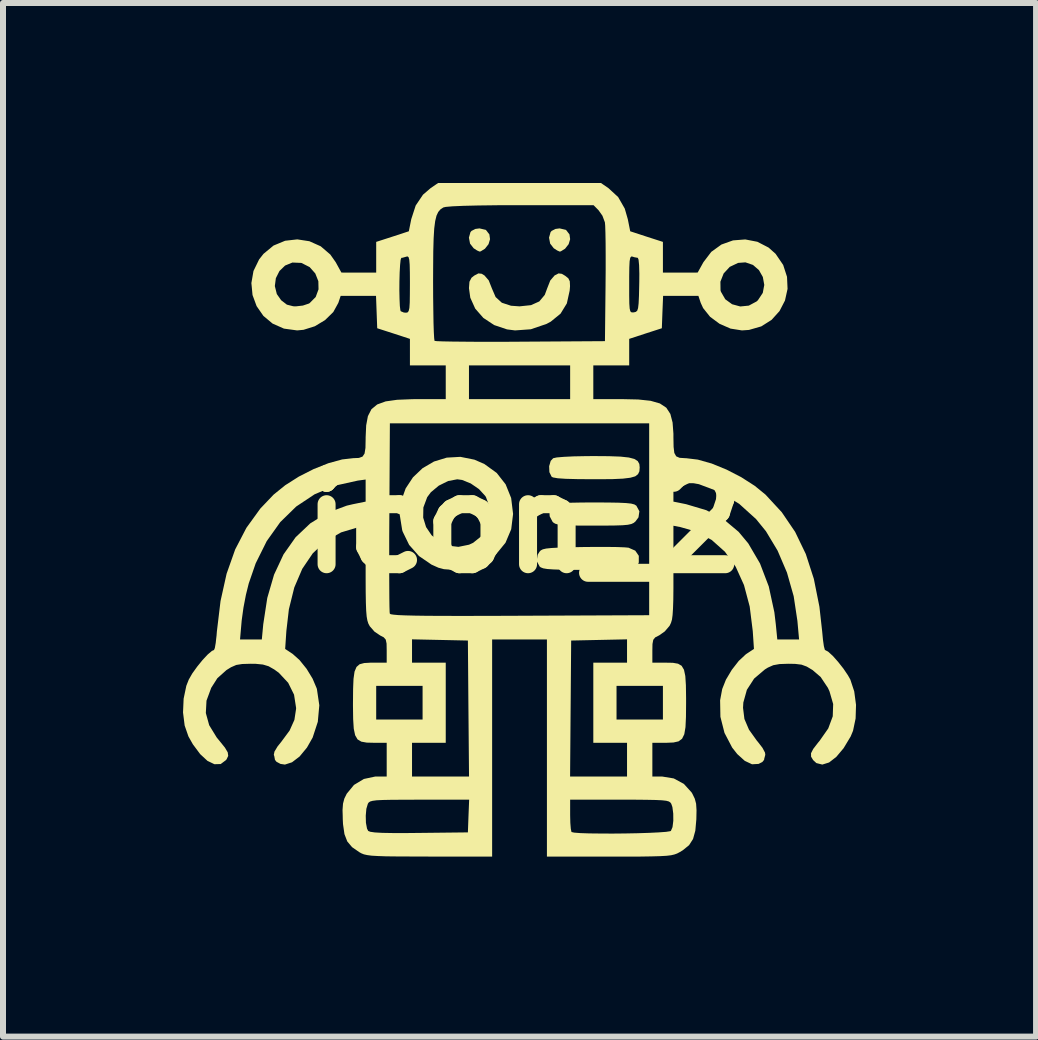
<source format=kicad_pcb>
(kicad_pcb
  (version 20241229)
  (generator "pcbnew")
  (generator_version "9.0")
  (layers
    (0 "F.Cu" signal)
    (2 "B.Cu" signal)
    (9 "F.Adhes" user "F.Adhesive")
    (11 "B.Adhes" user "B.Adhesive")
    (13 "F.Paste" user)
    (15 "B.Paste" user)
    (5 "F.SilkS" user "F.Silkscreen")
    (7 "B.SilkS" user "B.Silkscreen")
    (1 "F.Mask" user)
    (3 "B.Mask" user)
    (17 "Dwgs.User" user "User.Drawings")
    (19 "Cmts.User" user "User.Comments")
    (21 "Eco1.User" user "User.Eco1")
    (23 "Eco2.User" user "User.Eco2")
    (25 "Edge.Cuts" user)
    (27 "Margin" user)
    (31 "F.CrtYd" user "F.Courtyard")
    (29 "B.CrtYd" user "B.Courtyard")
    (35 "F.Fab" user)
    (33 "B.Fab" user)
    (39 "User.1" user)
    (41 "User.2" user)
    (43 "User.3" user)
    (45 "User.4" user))
  (footprint "icon_2"
    (layer "F.Cu")
    (at 5.678 5.674)
    (property "Reference" "icon_2" (at 0 0 0) (layer "F.SilkS") (effects (font (size 1.5 1.5) (thickness 0.3))))
    (attr board_only exclude_from_pos_files exclude_from_bom)
    (fp_poly (pts (xy -0.631 -4.893) (xy -0.573 -4.818) (xy -0.562 -4.738) (xy -0.587 -4.655) (xy -0.647 -4.579) (xy -0.718 -4.535) (xy -0.738 -4.532) (xy -0.778 -4.55) (xy -0.835 -4.587) (xy -0.895 -4.664) (xy -0.914 -4.764) (xy -0.888 -4.856) (xy -0.871 -4.876) (xy -0.806 -4.909) (xy -0.738 -4.918)) (stroke (width 0) (type solid)) (fill yes) (layer "F.SilkS"))
    (fp_poly (pts (xy 0.704 -4.893) (xy 0.762 -4.818) (xy 0.773 -4.738) (xy 0.748 -4.655) (xy 0.688 -4.579) (xy 0.617 -4.535) (xy 0.597 -4.532) (xy 0.557 -4.55) (xy 0.5 -4.587) (xy 0.44 -4.664) (xy 0.421 -4.764) (xy 0.447 -4.856) (xy 0.464 -4.876) (xy 0.529 -4.909) (xy 0.597 -4.918)) (stroke (width 0) (type solid)) (fill yes) (layer "F.SilkS"))
    (fp_poly (pts (xy 1.385 0.39) (xy 1.555 0.392) (xy 1.681 0.397) (xy 1.746 0.403) (xy 1.858 0.452) (xy 1.917 0.538) (xy 1.917 0.648) (xy 1.903 0.685) (xy 1.863 0.773) (xy 1.092 0.773) (xy 0.834 0.772) (xy 0.637 0.77) (xy 0.492 0.765) (xy 0.391 0.758) (xy 0.325 0.747) (xy 0.284 0.731) (xy 0.266 0.718) (xy 0.215 0.625) (xy 0.232 0.52) (xy 0.261 0.472) (xy 0.283 0.448) (xy 0.318 0.43) (xy 0.374 0.417) (xy 0.462 0.408) (xy 0.592 0.401) (xy 0.774 0.396) (xy 0.969 0.392) (xy 1.185 0.39)) (stroke (width 0) (type solid)) (fill yes) (layer "F.SilkS"))
    (fp_poly (pts (xy 1.421 -1.122) (xy 1.612 -1.115) (xy 1.751 -1.1) (xy 1.843 -1.076) (xy 1.899 -1.041) (xy 1.926 -0.992) (xy 1.932 -0.934) (xy 1.927 -0.87) (xy 1.904 -0.822) (xy 1.857 -0.786) (xy 1.776 -0.763) (xy 1.653 -0.748) (xy 1.479 -0.74) (xy 1.246 -0.738) (xy 1.155 -0.738) (xy 0.895 -0.74) (xy 0.7 -0.745) (xy 0.566 -0.754) (xy 0.487 -0.768) (xy 0.464 -0.78) (xy 0.427 -0.856) (xy 0.423 -0.955) (xy 0.449 -1.044) (xy 0.49 -1.088) (xy 0.549 -1.101) (xy 0.667 -1.111) (xy 0.833 -1.119) (xy 1.036 -1.123) (xy 1.167 -1.124)) (stroke (width 0) (type solid)) (fill yes) (layer "F.SilkS"))
    (fp_poly (pts (xy 1.401 -0.35) (xy 1.579 -0.347) (xy 1.705 -0.341) (xy 1.79 -0.332) (xy 1.843 -0.318) (xy 1.875 -0.298) (xy 1.877 -0.296) (xy 1.927 -0.204) (xy 1.912 -0.103) (xy 1.862 -0.035) (xy 1.832 -0.01) (xy 1.793 0.008) (xy 1.734 0.021) (xy 1.645 0.029) (xy 1.515 0.033) (xy 1.333 0.035) (xy 1.165 0.035) (xy 0.938 0.035) (xy 0.771 0.032) (xy 0.653 0.027) (xy 0.574 0.017) (xy 0.524 0.003) (xy 0.492 -0.017) (xy 0.48 -0.029) (xy 0.432 -0.12) (xy 0.426 -0.223) (xy 0.461 -0.306) (xy 0.464 -0.309) (xy 0.507 -0.326) (xy 0.603 -0.338) (xy 0.756 -0.346) (xy 0.971 -0.35) (xy 1.164 -0.351)) (stroke (width 0) (type solid)) (fill yes) (layer "F.SilkS"))
    (fp_poly (pts (xy 0.634 -4.161) (xy 0.689 -4.129) (xy 0.742 -4.087) (xy 0.767 -4.037) (xy 0.771 -3.955) (xy 0.765 -3.881) (xy 0.718 -3.668) (xy 0.613 -3.497) (xy 0.45 -3.364) (xy 0.379 -3.326) (xy 0.118 -3.237) (xy -0.145 -3.218) (xy -0.279 -3.235) (xy -0.493 -3.307) (xy -0.673 -3.426) (xy -0.809 -3.581) (xy -0.891 -3.763) (xy -0.913 -3.922) (xy -0.905 -4.029) (xy -0.871 -4.095) (xy -0.826 -4.131) (xy -0.756 -4.168) (xy -0.701 -4.162) (xy -0.655 -4.134) (xy -0.584 -4.052) (xy -0.532 -3.921) (xy -0.531 -3.918) (xy -0.469 -3.774) (xy -0.365 -3.679) (xy -0.212 -3.629) (xy -0.07 -3.619) (xy 0.121 -3.639) (xy 0.259 -3.701) (xy 0.35 -3.81) (xy 0.39 -3.918) (xy 0.442 -4.05) (xy 0.513 -4.133) (xy 0.514 -4.134) (xy 0.58 -4.168)) (stroke (width 0) (type solid)) (fill yes) (layer "F.SilkS"))
    (fp_poly (pts (xy -0.822 -1.064) (xy -0.657 -0.992) (xy -0.451 -0.843) (xy -0.302 -0.653) (xy -0.21 -0.425) (xy -0.178 -0.161) (xy -0.178 -0.158) (xy -0.209 0.095) (xy -0.304 0.32) (xy -0.464 0.516) (xy -0.65 0.66) (xy -0.742 0.711) (xy -0.844 0.741) (xy -0.977 0.759) (xy -1.072 0.764) (xy -1.223 0.769) (xy -1.33 0.761) (xy -1.421 0.737) (xy -1.521 0.692) (xy -1.537 0.685) (xy -1.746 0.542) (xy -1.91 0.356) (xy -2.017 0.137) (xy -2.026 0.109) (xy -2.059 -0.098) (xy -1.676 -0.098) (xy -1.628 0.059) (xy -1.536 0.195) (xy -1.409 0.301) (xy -1.257 0.369) (xy -1.089 0.389) (xy -0.912 0.353) (xy -0.843 0.321) (xy -0.709 0.213) (xy -0.616 0.065) (xy -0.568 -0.106) (xy -0.572 -0.281) (xy -0.63 -0.441) (xy -0.642 -0.46) (xy -0.747 -0.574) (xy -0.884 -0.668) (xy -1.028 -0.726) (xy -1.108 -0.737) (xy -1.261 -0.708) (xy -1.416 -0.631) (xy -1.548 -0.521) (xy -1.609 -0.439) (xy -1.673 -0.267) (xy -1.676 -0.098) (xy -2.059 -0.098) (xy -2.066 -0.139) (xy -2.044 -0.373) (xy -1.968 -0.585) (xy -1.846 -0.77) (xy -1.686 -0.922) (xy -1.496 -1.033) (xy -1.283 -1.098) (xy -1.056 -1.111)) (stroke (width 0) (type solid)) (fill yes) (layer "F.SilkS"))
    (fp_poly (pts (xy 1.411 -5.589) (xy 1.573 -5.44) (xy 1.683 -5.248) (xy 1.734 -5.071) (xy 1.774 -4.87) (xy 2.046 -4.781) (xy 2.319 -4.693) (xy 2.319 -4.437) (xy 2.319 -4.181) (xy 2.609 -4.181) (xy 2.898 -4.182) (xy 2.994 -4.355) (xy 3.125 -4.527) (xy 3.294 -4.649) (xy 3.487 -4.718) (xy 3.691 -4.734) (xy 3.893 -4.695) (xy 4.079 -4.599) (xy 4.197 -4.494) (xy 4.323 -4.309) (xy 4.387 -4.111) (xy 4.396 -3.91) (xy 4.353 -3.716) (xy 4.262 -3.54) (xy 4.129 -3.393) (xy 3.958 -3.285) (xy 3.753 -3.226) (xy 3.636 -3.218) (xy 3.446 -3.248) (xy 3.263 -3.328) (xy 3.105 -3.445) (xy 2.989 -3.59) (xy 2.949 -3.677) (xy 2.91 -3.794) (xy 2.616 -3.794) (xy 2.322 -3.794) (xy 2.311 -3.524) (xy 2.301 -3.254) (xy 2.029 -3.166) (xy 1.757 -3.077) (xy 1.757 -2.856) (xy 1.757 -2.635) (xy 1.458 -2.635) (xy 1.159 -2.635) (xy 1.159 -2.354) (xy 1.159 -2.073) (xy 1.637 -2.073) (xy 1.907 -2.067) (xy 2.114 -2.045) (xy 2.268 -2.001) (xy 2.375 -1.93) (xy 2.443 -1.826) (xy 2.48 -1.683) (xy 2.494 -1.496) (xy 2.494 -1.435) (xy 2.497 -1.277) (xy 2.509 -1.176) (xy 2.54 -1.12) (xy 2.596 -1.095) (xy 2.685 -1.089) (xy 2.701 -1.089) (xy 2.9 -1.065) (xy 3.131 -1) (xy 3.378 -0.899) (xy 3.623 -0.773) (xy 3.849 -0.628) (xy 4.028 -0.482) (xy 4.299 -0.189) (xy 4.522 0.139) (xy 4.7 0.508) (xy 4.834 0.922) (xy 4.927 1.387) (xy 4.973 1.8) (xy 4.986 1.937) (xy 5.001 2.043) (xy 5.016 2.101) (xy 5.021 2.108) (xy 5.072 2.135) (xy 5.149 2.205) (xy 5.238 2.305) (xy 5.327 2.418) (xy 5.402 2.529) (xy 5.442 2.6) (xy 5.507 2.797) (xy 5.537 3.022) (xy 5.53 3.249) (xy 5.487 3.454) (xy 5.448 3.548) (xy 5.33 3.744) (xy 5.208 3.889) (xy 5.088 3.982) (xy 4.975 4.017) (xy 4.876 3.992) (xy 4.822 3.942) (xy 4.788 3.885) (xy 4.787 3.828) (xy 4.824 3.756) (xy 4.904 3.652) (xy 4.93 3.621) (xy 5.074 3.415) (xy 5.149 3.213) (xy 5.156 3.008) (xy 5.095 2.797) (xy 5.068 2.738) (xy 4.947 2.557) (xy 4.813 2.442) (xy 4.716 2.384) (xy 4.629 2.352) (xy 4.521 2.339) (xy 4.409 2.337) (xy 4.263 2.342) (xy 4.158 2.361) (xy 4.068 2.401) (xy 4.018 2.432) (xy 3.839 2.584) (xy 3.718 2.771) (xy 3.659 2.983) (xy 3.654 3.071) (xy 3.677 3.257) (xy 3.753 3.435) (xy 3.886 3.621) (xy 3.901 3.638) (xy 3.978 3.738) (xy 4.02 3.817) (xy 4.025 3.854) (xy 4.007 3.921) (xy 4.005 3.938) (xy 3.976 3.974) (xy 3.913 4.006) (xy 3.804 4.012) (xy 3.683 3.955) (xy 3.558 3.842) (xy 3.473 3.734) (xy 3.345 3.489) (xy 3.277 3.221) (xy 3.272 2.945) (xy 3.307 2.758) (xy 3.369 2.602) (xy 3.467 2.438) (xy 3.583 2.289) (xy 3.699 2.181) (xy 3.71 2.173) (xy 3.836 2.09) (xy 3.816 1.792) (xy 3.765 1.383) (xy 3.67 1.026) (xy 3.532 0.721) (xy 3.352 0.47) (xy 3.132 0.274) (xy 2.871 0.134) (xy 2.609 0.059) (xy 2.494 0.037) (xy 2.494 0.818) (xy 2.494 1.075) (xy 2.492 1.272) (xy 2.487 1.419) (xy 2.48 1.525) (xy 2.47 1.6) (xy 2.454 1.654) (xy 2.434 1.697) (xy 2.427 1.708) (xy 2.35 1.798) (xy 2.255 1.865) (xy 2.252 1.866) (xy 2.19 1.898) (xy 2.158 1.938) (xy 2.145 2.008) (xy 2.143 2.116) (xy 2.143 2.319) (xy 2.369 2.319) (xy 2.485 2.321) (xy 2.571 2.336) (xy 2.631 2.371) (xy 2.67 2.437) (xy 2.692 2.541) (xy 2.702 2.695) (xy 2.705 2.906) (xy 2.705 2.994) (xy 2.703 3.224) (xy 2.695 3.394) (xy 2.675 3.512) (xy 2.638 3.587) (xy 2.58 3.63) (xy 2.495 3.649) (xy 2.379 3.654) (xy 2.354 3.654) (xy 2.143 3.654) (xy 2.143 3.935) (xy 2.143 4.216) (xy 2.305 4.216) (xy 2.5 4.248) (xy 2.668 4.339) (xy 2.796 4.48) (xy 2.81 4.503) (xy 2.85 4.586) (xy 2.872 4.669) (xy 2.879 4.778) (xy 2.876 4.929) (xy 2.859 5.119) (xy 2.821 5.257) (xy 2.755 5.36) (xy 2.65 5.445) (xy 2.595 5.478) (xy 2.555 5.499) (xy 2.511 5.515) (xy 2.455 5.528) (xy 2.379 5.537) (xy 2.273 5.543) (xy 2.13 5.547) (xy 1.942 5.55) (xy 1.699 5.551) (xy 1.427 5.551) (xy 0.386 5.551) (xy 0.386 4.602) (xy 0.773 4.602) (xy 0.773 4.86) (xy 0.776 4.988) (xy 0.784 5.088) (xy 0.795 5.139) (xy 0.796 5.141) (xy 0.841 5.151) (xy 0.944 5.159) (xy 1.092 5.164) (xy 1.274 5.166) (xy 1.476 5.167) (xy 1.687 5.165) (xy 1.895 5.161) (xy 2.086 5.155) (xy 2.249 5.147) (xy 2.372 5.138) (xy 2.442 5.127) (xy 2.452 5.122) (xy 2.479 5.059) (xy 2.492 4.954) (xy 2.491 4.834) (xy 2.477 4.725) (xy 2.458 4.67) (xy 2.443 4.649) (xy 2.418 4.632) (xy 2.374 4.62) (xy 2.303 4.612) (xy 2.195 4.607) (xy 2.043 4.604) (xy 1.837 4.602) (xy 1.597 4.602) (xy 0.773 4.602) (xy 0.386 4.602) (xy 0.386 4.216) (xy 0.772 4.216) (xy 1.247 4.216) (xy 1.721 4.216) (xy 1.721 3.935) (xy 1.721 3.654) (xy 1.44 3.654) (xy 1.159 3.654) (xy 1.159 2.986) (xy 1.159 2.705) (xy 1.546 2.705) (xy 1.546 2.986) (xy 1.546 3.267) (xy 1.932 3.267) (xy 2.319 3.267) (xy 2.319 2.986) (xy 2.319 2.705) (xy 1.932 2.705) (xy 1.546 2.705) (xy 1.159 2.705) (xy 1.159 2.319) (xy 1.44 2.319) (xy 1.721 2.319) (xy 1.721 2.124) (xy 1.721 1.93) (xy 1.256 1.94) (xy 0.79 1.95) (xy 0.781 3.083) (xy 0.772 4.216) (xy 0.386 4.216) (xy 0.386 3.741) (xy 0.386 1.932) (xy -0.07 1.932) (xy -0.527 1.932) (xy -0.527 3.741) (xy -0.527 5.551) (xy -1.572 5.55) (xy -1.872 5.549) (xy -2.11 5.548) (xy -2.294 5.546) (xy -2.433 5.541) (xy -2.536 5.535) (xy -2.61 5.525) (xy -2.664 5.513) (xy -2.706 5.496) (xy -2.74 5.477) (xy -2.861 5.393) (xy -2.941 5.298) (xy -2.988 5.176) (xy -3.012 5.009) (xy -3.016 4.929) (xy -3.017 4.869) (xy -2.633 4.869) (xy -2.63 4.988) (xy -2.612 5.084) (xy -2.592 5.123) (xy -2.557 5.137) (xy -2.481 5.148) (xy -2.357 5.155) (xy -2.18 5.158) (xy -1.943 5.158) (xy -1.74 5.156) (xy -0.931 5.147) (xy -0.921 4.874) (xy -0.91 4.602) (xy -1.736 4.602) (xy -1.999 4.603) (xy -2.199 4.604) (xy -2.347 4.607) (xy -2.451 4.612) (xy -2.519 4.621) (xy -2.561 4.633) (xy -2.585 4.65) (xy -2.598 4.67) (xy -2.623 4.754) (xy -2.633 4.869) (xy -3.017 4.869) (xy -3.02 4.775) (xy -3.012 4.668) (xy -2.99 4.584) (xy -2.95 4.503) (xy -2.829 4.356) (xy -2.665 4.257) (xy -2.473 4.216) (xy -2.446 4.216) (xy -2.284 4.216) (xy -2.284 3.935) (xy -2.284 3.654) (xy -2.494 3.654) (xy -2.617 3.651) (xy -2.707 3.635) (xy -2.77 3.597) (xy -2.81 3.528) (xy -2.833 3.419) (xy -2.843 3.26) (xy -2.846 3.042) (xy -2.846 2.994) (xy -2.844 2.761) (xy -2.842 2.705) (xy -2.459 2.705) (xy -2.459 2.986) (xy -2.459 3.267) (xy -2.073 3.267) (xy -1.686 3.267) (xy -1.686 2.986) (xy -1.686 2.705) (xy -2.073 2.705) (xy -2.459 2.705) (xy -2.842 2.705) (xy -2.837 2.588) (xy -2.82 2.468) (xy -2.787 2.39) (xy -2.735 2.345) (xy -2.659 2.325) (xy -2.554 2.319) (xy -2.51 2.319) (xy -2.284 2.319) (xy -2.284 2.116) (xy -2.286 2.001) (xy -2.3 1.934) (xy -2.304 1.93) (xy -1.862 1.93) (xy -1.862 2.124) (xy -1.862 2.319) (xy -1.581 2.319) (xy -1.3 2.319) (xy -1.3 2.986) (xy -1.3 3.654) (xy -1.581 3.654) (xy -1.862 3.654) (xy -1.862 3.935) (xy -1.862 4.216) (xy -1.387 4.216) (xy -0.912 4.216) (xy -0.922 3.083) (xy -0.931 1.95) (xy -1.396 1.94) (xy -1.862 1.93) (xy -2.304 1.93) (xy -2.334 1.896) (xy -2.392 1.866) (xy -2.487 1.802) (xy -2.566 1.712) (xy -2.568 1.708) (xy -2.59 1.667) (xy -2.606 1.616) (xy -2.618 1.548) (xy -2.626 1.452) (xy -2.631 1.318) (xy -2.634 1.136) (xy -2.635 0.897) (xy -2.635 0.818) (xy -2.635 0.525) (xy -2.242 0.525) (xy -2.242 0.802) (xy -2.241 1.042) (xy -2.24 1.24) (xy -2.238 1.387) (xy -2.235 1.477) (xy -2.232 1.502) (xy -2.215 1.512) (xy -2.169 1.519) (xy -2.09 1.526) (xy -1.972 1.531) (xy -1.812 1.535) (xy -1.606 1.538) (xy -1.348 1.539) (xy -1.035 1.54) (xy -0.662 1.539) (xy -0.224 1.538) (xy -0.062 1.537) (xy 2.09 1.528) (xy 2.09 -0.07) (xy 2.09 -0.733) (xy 2.494 -0.733) (xy 2.494 -0.549) (xy 2.494 -0.365) (xy 2.706 -0.322) (xy 3.042 -0.222) (xy 3.333 -0.069) (xy 3.581 0.139) (xy 3.741 0.331) (xy 3.937 0.666) (xy 4.083 1.049) (xy 4.176 1.478) (xy 4.2 1.678) (xy 4.225 1.932) (xy 4.406 1.932) (xy 4.588 1.932) (xy 4.56 1.622) (xy 4.498 1.211) (xy 4.386 0.817) (xy 4.23 0.452) (xy 4.036 0.129) (xy 3.871 -0.074) (xy 3.59 -0.328) (xy 3.272 -0.522) (xy 2.92 -0.655) (xy 2.626 -0.715) (xy 2.494 -0.733) (xy 2.09 -0.733) (xy 2.09 -1.669) (xy -0.07 -1.669) (xy -2.231 -1.669) (xy -2.24 -0.105) (xy -2.242 0.22) (xy -2.242 0.525) (xy -2.635 0.525) (xy -2.635 0.037) (xy -2.749 0.059) (xy -3.044 0.148) (xy -3.301 0.294) (xy -3.516 0.497) (xy -3.691 0.755) (xy -3.824 1.066) (xy -3.914 1.429) (xy -3.956 1.792) (xy -3.976 2.09) (xy -3.851 2.173) (xy -3.736 2.276) (xy -3.619 2.421) (xy -3.519 2.585) (xy -3.452 2.743) (xy -3.447 2.758) (xy -3.407 3.029) (xy -3.432 3.304) (xy -3.518 3.567) (xy -3.613 3.734) (xy -3.736 3.883) (xy -3.862 3.979) (xy -3.98 4.017) (xy -4.054 4.006) (xy -4.121 3.97) (xy -4.146 3.938) (xy -4.157 3.878) (xy -4.165 3.854) (xy -4.154 3.8) (xy -4.102 3.714) (xy -4.041 3.638) (xy -3.902 3.45) (xy -3.822 3.272) (xy -3.794 3.088) (xy -3.794 3.071) (xy -3.828 2.852) (xy -3.926 2.654) (xy -4.082 2.487) (xy -4.158 2.432) (xy -4.253 2.378) (xy -4.347 2.35) (xy -4.468 2.338) (xy -4.55 2.337) (xy -4.691 2.341) (xy -4.791 2.357) (xy -4.878 2.395) (xy -4.954 2.442) (xy -5.106 2.578) (xy -5.208 2.738) (xy -5.287 2.952) (xy -5.298 3.158) (xy -5.242 3.361) (xy -5.117 3.565) (xy -5.071 3.621) (xy -4.98 3.734) (xy -4.933 3.813) (xy -4.925 3.872) (xy -4.951 3.927) (xy -4.962 3.942) (xy -5.05 4.008) (xy -5.155 4.011) (xy -5.271 3.955) (xy -5.392 3.843) (xy -5.514 3.679) (xy -5.588 3.548) (xy -5.651 3.366) (xy -5.678 3.148) (xy -5.668 2.919) (xy -5.623 2.704) (xy -5.582 2.6) (xy -5.524 2.499) (xy -5.443 2.386) (xy -5.353 2.275) (xy -5.266 2.182) (xy -5.195 2.122) (xy -5.162 2.108) (xy -5.148 2.075) (xy -5.133 1.989) (xy -5.127 1.932) (xy -4.728 1.932) (xy -4.547 1.932) (xy -4.365 1.932) (xy -4.341 1.678) (xy -4.274 1.24) (xy -4.161 0.852) (xy -4.003 0.514) (xy -3.802 0.229) (xy -3.558 -0.002) (xy -3.273 -0.178) (xy -2.949 -0.298) (xy -2.846 -0.322) (xy -2.635 -0.365) (xy -2.635 -0.549) (xy -2.635 -0.733) (xy -2.767 -0.715) (xy -3.145 -0.631) (xy -3.487 -0.486) (xy -3.792 -0.283) (xy -4.058 -0.023) (xy -4.283 0.293) (xy -4.467 0.663) (xy -4.583 0.999) (xy -4.63 1.188) (xy -4.671 1.402) (xy -4.698 1.597) (xy -4.701 1.622) (xy -4.728 1.932) (xy -5.127 1.932) (xy -5.119 1.864) (xy -5.114 1.8) (xy -5.053 1.292) (xy -4.952 0.837) (xy -4.809 0.432) (xy -4.622 0.072) (xy -4.39 -0.249) (xy -4.168 -0.482) (xy -3.975 -0.638) (xy -3.748 -0.782) (xy -3.502 -0.907) (xy -3.256 -1.005) (xy -3.026 -1.068) (xy -2.841 -1.089) (xy -2.747 -1.093) (xy -2.687 -1.115) (xy -2.653 -1.166) (xy -2.638 -1.259) (xy -2.635 -1.409) (xy -2.635 -1.435) (xy -2.626 -1.636) (xy -2.597 -1.79) (xy -2.538 -1.905) (xy -2.442 -1.984) (xy -2.302 -2.035) (xy -2.11 -2.062) (xy -1.859 -2.072) (xy -1.778 -2.073) (xy -1.3 -2.073) (xy -1.3 -2.354) (xy -1.3 -2.635) (xy -0.913 -2.635) (xy -0.913 -2.354) (xy -0.913 -2.073) (xy -0.07 -2.073) (xy 0.773 -2.073) (xy 0.773 -2.354) (xy 0.773 -2.635) (xy -0.07 -2.635) (xy -0.913 -2.635) (xy -1.3 -2.635) (xy -1.598 -2.635) (xy -1.897 -2.635) (xy -1.897 -2.856) (xy -1.897 -3.077) (xy -2.169 -3.166) (xy -2.442 -3.254) (xy -2.452 -3.524) (xy -2.462 -3.794) (xy -2.757 -3.794) (xy -3.051 -3.794) (xy -3.09 -3.677) (xy -3.174 -3.524) (xy -3.311 -3.39) (xy -3.482 -3.287) (xy -3.67 -3.228) (xy -3.777 -3.218) (xy -3.997 -3.248) (xy -4.186 -3.332) (xy -4.339 -3.46) (xy -4.452 -3.623) (xy -4.52 -3.808) (xy -4.534 -3.957) (xy -4.148 -3.957) (xy -4.115 -3.824) (xy -4.043 -3.721) (xy -3.947 -3.647) (xy -3.84 -3.62) (xy -3.796 -3.619) (xy -3.681 -3.632) (xy -3.582 -3.665) (xy -3.568 -3.673) (xy -3.467 -3.775) (xy -3.427 -3.884) (xy -2.073 -3.884) (xy -2.07 -3.742) (xy -2.065 -3.626) (xy -2.056 -3.553) (xy -2.049 -3.537) (xy -1.998 -3.516) (xy -1.962 -3.513) (xy -1.936 -3.518) (xy -1.918 -3.541) (xy -1.906 -3.592) (xy -1.9 -3.682) (xy -1.898 -3.822) (xy -1.897 -3.991) (xy -1.897 -4.03) (xy -1.511 -4.03) (xy -1.51 -3.776) (xy -1.507 -3.546) (xy -1.504 -3.349) (xy -1.499 -3.193) (xy -1.493 -3.089) (xy -1.487 -3.045) (xy -1.487 -3.044) (xy -1.448 -3.039) (xy -1.346 -3.035) (xy -1.189 -3.032) (xy -0.984 -3.03) (xy -0.74 -3.028) (xy -0.464 -3.028) (xy -0.162 -3.029) (xy -0.055 -3.03) (xy 1.353 -3.039) (xy 1.363 -3.97) (xy 1.363 -3.989) (xy 1.757 -3.989) (xy 1.757 -3.797) (xy 1.759 -3.665) (xy 1.765 -3.582) (xy 1.776 -3.536) (xy 1.795 -3.519) (xy 1.823 -3.518) (xy 1.836 -3.519) (xy 1.868 -3.527) (xy 1.891 -3.547) (xy 1.905 -3.59) (xy 1.914 -3.669) (xy 1.92 -3.796) (xy 1.924 -3.979) (xy 1.925 -4.03) (xy 3.277 -4.03) (xy 3.279 -3.884) (xy 3.286 -3.862) (xy 3.358 -3.737) (xy 3.472 -3.654) (xy 3.608 -3.617) (xy 3.75 -3.631) (xy 3.879 -3.7) (xy 3.902 -3.721) (xy 3.983 -3.843) (xy 4.008 -3.976) (xy 3.984 -4.108) (xy 3.919 -4.223) (xy 3.82 -4.309) (xy 3.694 -4.352) (xy 3.572 -4.343) (xy 3.433 -4.277) (xy 3.331 -4.167) (xy 3.277 -4.03) (xy 1.925 -4.03) (xy 1.926 -4.163) (xy 1.922 -4.305) (xy 1.913 -4.396) (xy 1.901 -4.427) (xy 1.841 -4.438) (xy 1.812 -4.448) (xy 1.79 -4.449) (xy 1.774 -4.427) (xy 1.764 -4.37) (xy 1.759 -4.27) (xy 1.757 -4.115) (xy 1.757 -3.989) (xy 1.363 -3.989) (xy 1.365 -4.225) (xy 1.365 -4.463) (xy 1.364 -4.672) (xy 1.361 -4.842) (xy 1.357 -4.962) (xy 1.352 -5.019) (xy 1.311 -5.129) (xy 1.246 -5.221) (xy 1.163 -5.305) (xy -0.053 -5.305) (xy -0.438 -5.304) (xy -0.756 -5.3) (xy -1.006 -5.294) (xy -1.188 -5.286) (xy -1.301 -5.276) (xy -1.34 -5.267) (xy -1.388 -5.235) (xy -1.425 -5.192) (xy -1.454 -5.13) (xy -1.476 -5.04) (xy -1.492 -4.916) (xy -1.502 -4.749) (xy -1.508 -4.533) (xy -1.51 -4.259) (xy -1.511 -4.03) (xy -1.897 -4.03) (xy -1.898 -4.183) (xy -1.901 -4.315) (xy -1.908 -4.397) (xy -1.92 -4.439) (xy -1.938 -4.451) (xy -1.953 -4.448) (xy -2.02 -4.429) (xy -2.04 -4.427) (xy -2.052 -4.394) (xy -2.061 -4.308) (xy -2.068 -4.183) (xy -2.072 -4.036) (xy -2.073 -3.884) (xy -3.427 -3.884) (xy -3.42 -3.902) (xy -3.423 -4.038) (xy -3.474 -4.167) (xy -3.568 -4.273) (xy -3.702 -4.341) (xy -3.712 -4.343) (xy -3.855 -4.349) (xy -3.977 -4.299) (xy -4.071 -4.208) (xy -4.131 -4.089) (xy -4.148 -3.957) (xy -4.534 -3.957) (xy -4.539 -4.007) (xy -4.504 -4.208) (xy -4.41 -4.401) (xy -4.337 -4.494) (xy -4.17 -4.632) (xy -3.977 -4.712) (xy -3.774 -4.735) (xy -3.572 -4.704) (xy -3.384 -4.62) (xy -3.224 -4.483) (xy -3.134 -4.355) (xy -3.039 -4.182) (xy -2.749 -4.181) (xy -2.459 -4.181) (xy -2.459 -4.437) (xy -2.459 -4.693) (xy -2.187 -4.781) (xy -1.915 -4.87) (xy -1.875 -5.071) (xy -1.801 -5.299) (xy -1.679 -5.48) (xy -1.552 -5.589) (xy -1.428 -5.674) (xy -0.07 -5.674) (xy 1.287 -5.674)) (stroke (width 0) (type solid)) (fill yes) (layer "F.SilkS")))
  (gr_rect
    (start -3 -3)
    (end 14.215 14.224)
    (stroke (width 0.1) (type default))
    (fill no)
    (layer "Edge.Cuts")))
</source>
